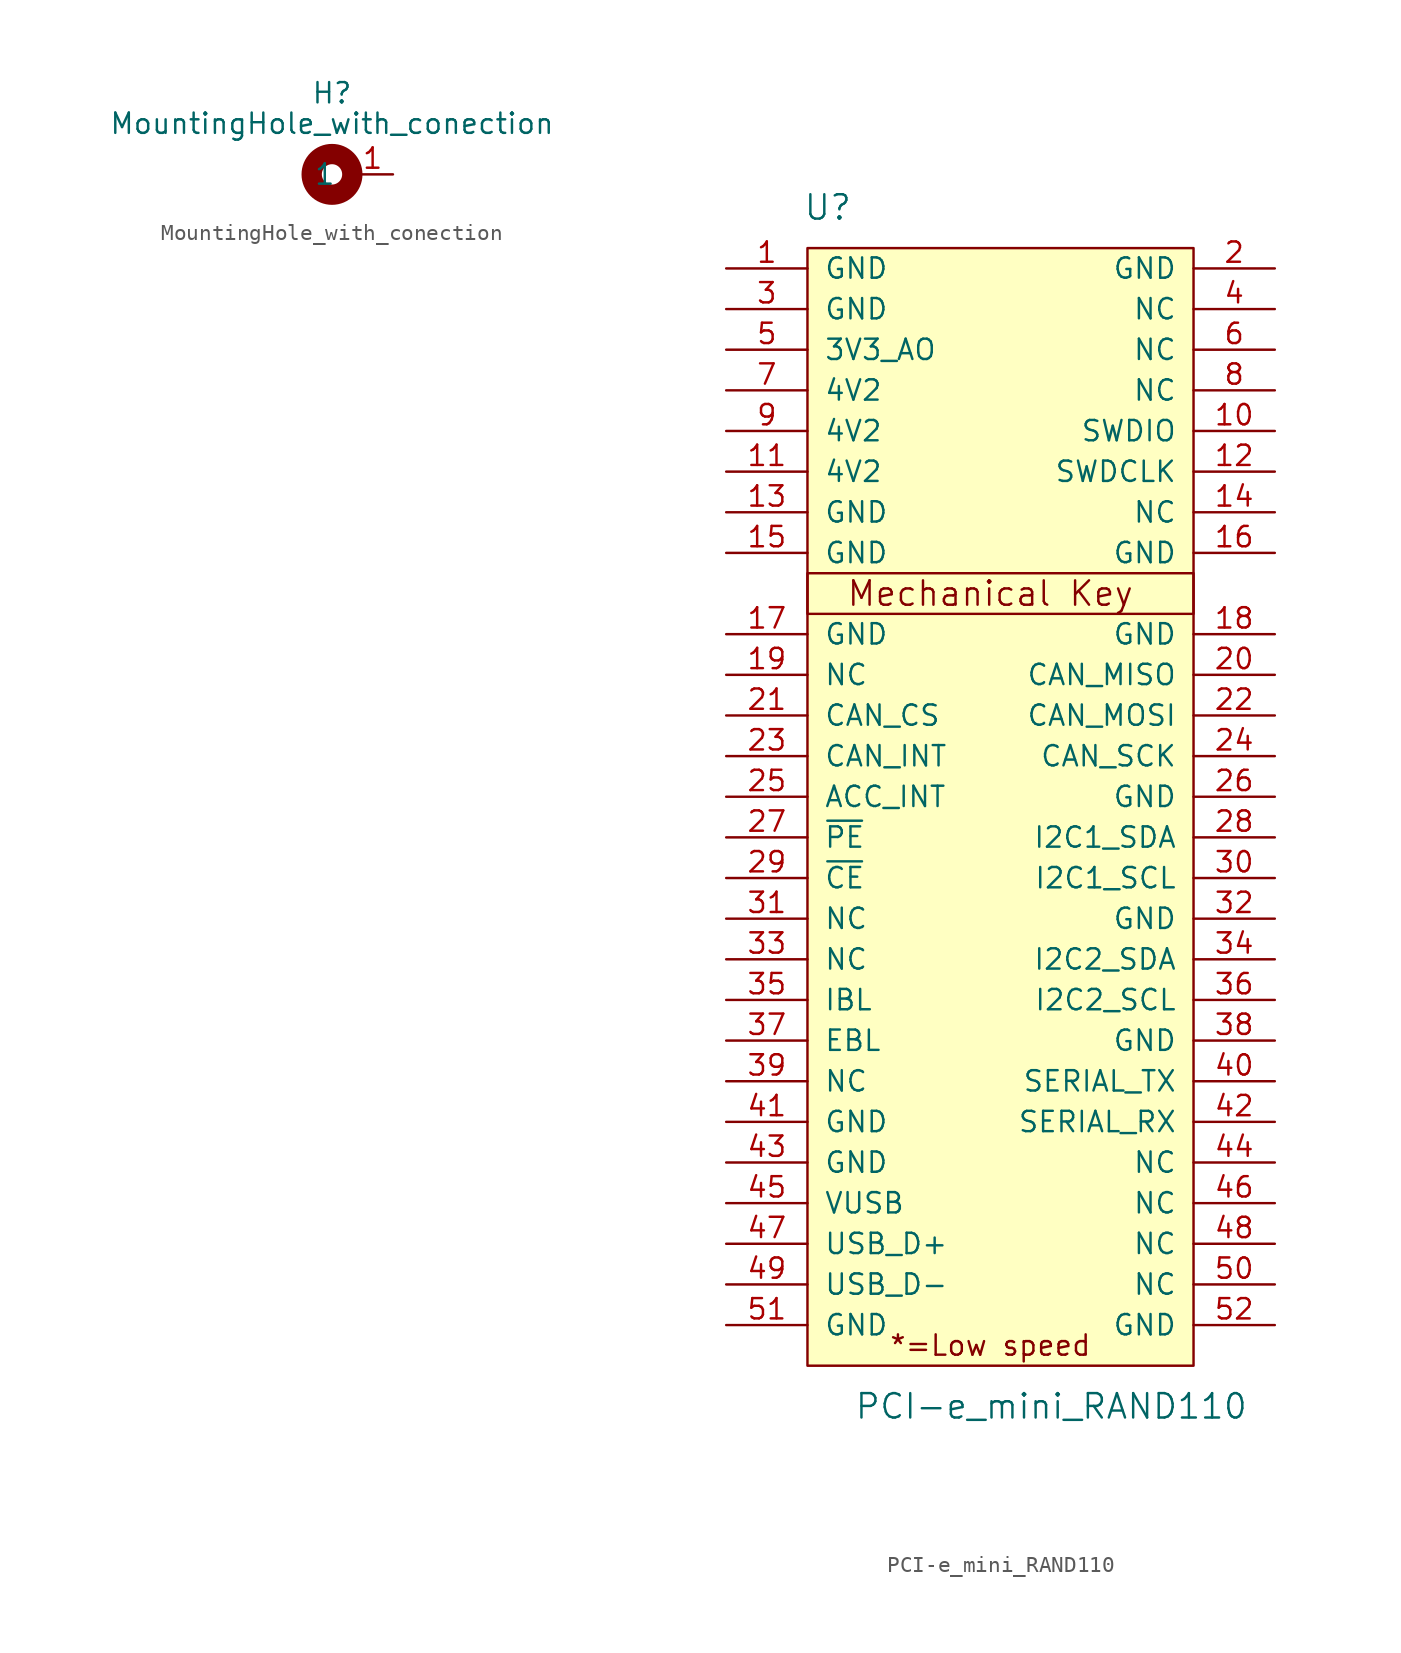
<source format=kicad_sym>
(kicad_symbol_lib
  (version 20211014)
  (generator kicad_symbol_editor)
  (symbol "MountingHole_with_conection"
    (pin_names
      (offset 1.016))
    (property "Reference" "H"
      (at 0 5.08 0)
      (effects (font (size 1.27 1.27))))
    (property "Value" "MountingHole_with_conection"
      (at 0 3.175 0)
      (effects (font (size 1.27 1.27))))
    (symbol "MountingHole_with_conection_0_1"
      (circle (center 0 0) (radius 1.27) (stroke (width 1.27) (type default) (color 0 0 0 0)) (fill (type none))))
    (symbol "MountingHole_with_conection_1_1"
      (pin input line (at 3.81 0 180) (length 2.54) (name "1" (effects (font (size 1.27 1.27)))) (number "1" (effects (font (size 1.27 1.27)))))))
  (symbol "PCI-e_mini_RAND110"
    (pin_names
      (offset 1.016))
    (property "Reference" "U"
      (at -10.16 26.67 0)
      (effects (font (size 1.524 1.524))))
    (property "Value" "PCI-e_mini_RAND110"
      (at 3.81 -48.26 0)
      (effects (font (size 1.524 1.524))))
    (property "Footprint" ""
      (at 2.54 11.43 0)
      (effects (font (size 1.524 1.524))))
    (property "Datasheet" ""
      (at 2.54 11.43 0)
      (effects (font (size 1.524 1.524))))
    (symbol "PCI-e_mini_RAND110_0_0"
      (text "*=Low speed" (at 0 -44.45 0) (effects (font (size 1.27 1.27)))))
    (symbol "PCI-e_mini_RAND110_1_1"
      (rectangle (start -11.43 1.27) (end 12.7 3.81) (stroke (width 0) (type default) (color 0 0 0 0)) (fill (type none)))
      (rectangle (start -11.43 24.13) (end 12.7 -45.72) (stroke (width 0) (type default) (color 0 0 0 0)) (fill (type background)))
      (text "Mechanical Key" (at 0 2.54 0) (effects (font (size 1.524 1.524))))
      (pin power_in line (at -16.51 22.86 0) (length 5.08) (name "GND" (effects (font (size 1.27 1.27)))) (number "1" (effects (font (size 1.27 1.27)))))
      (pin bidirectional line (at 17.78 12.7 180) (length 5.08) (name "SWDIO" (effects (font (size 1.27 1.27)))) (number "10" (effects (font (size 1.27 1.27)))))
      (pin power_in line (at -16.51 10.16 0) (length 5.08) (name "4V2" (effects (font (size 1.27 1.27)))) (number "11" (effects (font (size 1.27 1.27)))))
      (pin bidirectional line (at 17.78 10.16 180) (length 5.08) (name "SWDCLK" (effects (font (size 1.27 1.27)))) (number "12" (effects (font (size 1.27 1.27)))))
      (pin power_in line (at -16.51 7.62 0) (length 5.08) (name "GND" (effects (font (size 1.27 1.27)))) (number "13" (effects (font (size 1.27 1.27)))))
      (pin bidirectional line (at 17.78 7.62 180) (length 5.08) (name "NC" (effects (font (size 1.27 1.27)))) (number "14" (effects (font (size 1.27 1.27)))))
      (pin power_in line (at -16.51 5.08 0) (length 5.08) (name "GND" (effects (font (size 1.27 1.27)))) (number "15" (effects (font (size 1.27 1.27)))))
      (pin power_in line (at 17.78 5.08 180) (length 5.08) (name "GND" (effects (font (size 1.27 1.27)))) (number "16" (effects (font (size 1.27 1.27)))))
      (pin power_in line (at -16.51 0 0) (length 5.08) (name "GND" (effects (font (size 1.27 1.27)))) (number "17" (effects (font (size 1.27 1.27)))))
      (pin power_in line (at 17.78 0 180) (length 5.08) (name "GND" (effects (font (size 1.27 1.27)))) (number "18" (effects (font (size 1.27 1.27)))))
      (pin bidirectional line (at -16.51 -2.54 0) (length 5.08) (name "NC" (effects (font (size 1.27 1.27)))) (number "19" (effects (font (size 1.27 1.27)))))
      (pin power_in line (at 17.78 22.86 180) (length 5.08) (name "GND" (effects (font (size 1.27 1.27)))) (number "2" (effects (font (size 1.27 1.27)))))
      (pin bidirectional line (at 17.78 -2.54 180) (length 5.08) (name "CAN_MISO" (effects (font (size 1.27 1.27)))) (number "20" (effects (font (size 1.27 1.27)))))
      (pin bidirectional line (at -16.51 -5.08 0) (length 5.08) (name "CAN_CS" (effects (font (size 1.27 1.27)))) (number "21" (effects (font (size 1.27 1.27)))))
      (pin bidirectional line (at 17.78 -5.08 180) (length 5.08) (name "CAN_MOSI" (effects (font (size 1.27 1.27)))) (number "22" (effects (font (size 1.27 1.27)))))
      (pin bidirectional line (at -16.51 -7.62 0) (length 5.08) (name "CAN_INT" (effects (font (size 1.27 1.27)))) (number "23" (effects (font (size 1.27 1.27)))))
      (pin bidirectional line (at 17.78 -7.62 180) (length 5.08) (name "CAN_SCK" (effects (font (size 1.27 1.27)))) (number "24" (effects (font (size 1.27 1.27)))))
      (pin bidirectional line (at -16.51 -10.16 0) (length 5.08) (name "ACC_INT" (effects (font (size 1.27 1.27)))) (number "25" (effects (font (size 1.27 1.27)))))
      (pin power_in line (at 17.78 -10.16 180) (length 5.08) (name "GND" (effects (font (size 1.27 1.27)))) (number "26" (effects (font (size 1.27 1.27)))))
      (pin bidirectional line (at -16.51 -12.7 0) (length 5.08) (name "~{PE}" (effects (font (size 1.27 1.27)))) (number "27" (effects (font (size 1.27 1.27)))))
      (pin bidirectional line (at 17.78 -12.7 180) (length 5.08) (name "I2C1_SDA" (effects (font (size 1.27 1.27)))) (number "28" (effects (font (size 1.27 1.27)))))
      (pin bidirectional line (at -16.51 -15.24 0) (length 5.08) (name "~{CE}" (effects (font (size 1.27 1.27)))) (number "29" (effects (font (size 1.27 1.27)))))
      (pin power_in line (at -16.51 20.32 0) (length 5.08) (name "GND" (effects (font (size 1.27 1.27)))) (number "3" (effects (font (size 1.27 1.27)))))
      (pin bidirectional line (at 17.78 -15.24 180) (length 5.08) (name "I2C1_SCL" (effects (font (size 1.27 1.27)))) (number "30" (effects (font (size 1.27 1.27)))))
      (pin bidirectional line (at -16.51 -17.78 0) (length 5.08) (name "NC" (effects (font (size 1.27 1.27)))) (number "31" (effects (font (size 1.27 1.27)))))
      (pin power_in line (at 17.78 -17.78 180) (length 5.08) (name "GND" (effects (font (size 1.27 1.27)))) (number "32" (effects (font (size 1.27 1.27)))))
      (pin bidirectional line (at -16.51 -20.32 0) (length 5.08) (name "NC" (effects (font (size 1.27 1.27)))) (number "33" (effects (font (size 1.27 1.27)))))
      (pin bidirectional line (at 17.78 -20.32 180) (length 5.08) (name "I2C2_SDA" (effects (font (size 1.27 1.27)))) (number "34" (effects (font (size 1.27 1.27)))))
      (pin bidirectional line (at -16.51 -22.86 0) (length 5.08) (name "IBL" (effects (font (size 1.27 1.27)))) (number "35" (effects (font (size 1.27 1.27)))))
      (pin bidirectional line (at 17.78 -22.86 180) (length 5.08) (name "I2C2_SCL" (effects (font (size 1.27 1.27)))) (number "36" (effects (font (size 1.27 1.27)))))
      (pin bidirectional line (at -16.51 -25.4 0) (length 5.08) (name "EBL" (effects (font (size 1.27 1.27)))) (number "37" (effects (font (size 1.27 1.27)))))
      (pin power_in line (at 17.78 -25.4 180) (length 5.08) (name "GND" (effects (font (size 1.27 1.27)))) (number "38" (effects (font (size 1.27 1.27)))))
      (pin power_in line (at -16.51 -27.94 0) (length 5.08) (name "NC" (effects (font (size 1.27 1.27)))) (number "39" (effects (font (size 1.27 1.27)))))
      (pin output line (at 17.78 20.32 180) (length 5.08) (name "NC" (effects (font (size 1.27 1.27)))) (number "4" (effects (font (size 1.27 1.27)))))
      (pin bidirectional line (at 17.78 -27.94 180) (length 5.08) (name "SERIAL_TX" (effects (font (size 1.27 1.27)))) (number "40" (effects (font (size 1.27 1.27)))))
      (pin power_in line (at -16.51 -30.48 0) (length 5.08) (name "GND" (effects (font (size 1.27 1.27)))) (number "41" (effects (font (size 1.27 1.27)))))
      (pin bidirectional line (at 17.78 -30.48 180) (length 5.08) (name "SERIAL_RX" (effects (font (size 1.27 1.27)))) (number "42" (effects (font (size 1.27 1.27)))))
      (pin power_in line (at -16.51 -33.02 0) (length 5.08) (name "GND" (effects (font (size 1.27 1.27)))) (number "43" (effects (font (size 1.27 1.27)))))
      (pin bidirectional line (at 17.78 -33.02 180) (length 5.08) (name "NC" (effects (font (size 1.27 1.27)))) (number "44" (effects (font (size 1.27 1.27)))))
      (pin power_out line (at -16.51 -35.56 0) (length 5.08) (name "VUSB" (effects (font (size 1.27 1.27)))) (number "45" (effects (font (size 1.27 1.27)))))
      (pin bidirectional line (at 17.78 -35.56 180) (length 5.08) (name "NC" (effects (font (size 1.27 1.27)))) (number "46" (effects (font (size 1.27 1.27)))))
      (pin bidirectional line (at -16.51 -38.1 0) (length 5.08) (name "USB_D+" (effects (font (size 1.27 1.27)))) (number "47" (effects (font (size 1.27 1.27)))))
      (pin bidirectional line (at 17.78 -38.1 180) (length 5.08) (name "NC" (effects (font (size 1.27 1.27)))) (number "48" (effects (font (size 1.27 1.27)))))
      (pin bidirectional line (at -16.51 -40.64 0) (length 5.08) (name "USB_D-" (effects (font (size 1.27 1.27)))) (number "49" (effects (font (size 1.27 1.27)))))
      (pin power_in line (at -16.51 17.78 0) (length 5.08) (name "3V3_AO" (effects (font (size 1.27 1.27)))) (number "5" (effects (font (size 1.27 1.27)))))
      (pin bidirectional line (at 17.78 -40.64 180) (length 5.08) (name "NC" (effects (font (size 1.27 1.27)))) (number "50" (effects (font (size 1.27 1.27)))))
      (pin power_in line (at -16.51 -43.18 0) (length 5.08) (name "GND" (effects (font (size 1.27 1.27)))) (number "51" (effects (font (size 1.27 1.27)))))
      (pin power_in line (at 17.78 -43.18 180) (length 5.08) (name "GND" (effects (font (size 1.27 1.27)))) (number "52" (effects (font (size 1.27 1.27)))))
      (pin output line (at 17.78 17.78 180) (length 5.08) (name "NC" (effects (font (size 1.27 1.27)))) (number "6" (effects (font (size 1.27 1.27)))))
      (pin power_in line (at -16.51 15.24 0) (length 5.08) (name "4V2" (effects (font (size 1.27 1.27)))) (number "7" (effects (font (size 1.27 1.27)))))
      (pin output line (at 17.78 15.24 180) (length 5.08) (name "NC" (effects (font (size 1.27 1.27)))) (number "8" (effects (font (size 1.27 1.27)))))
      (pin power_in line (at -16.51 12.7 0) (length 5.08) (name "4V2" (effects (font (size 1.27 1.27)))) (number "9" (effects (font (size 1.27 1.27))))))))
</source>
